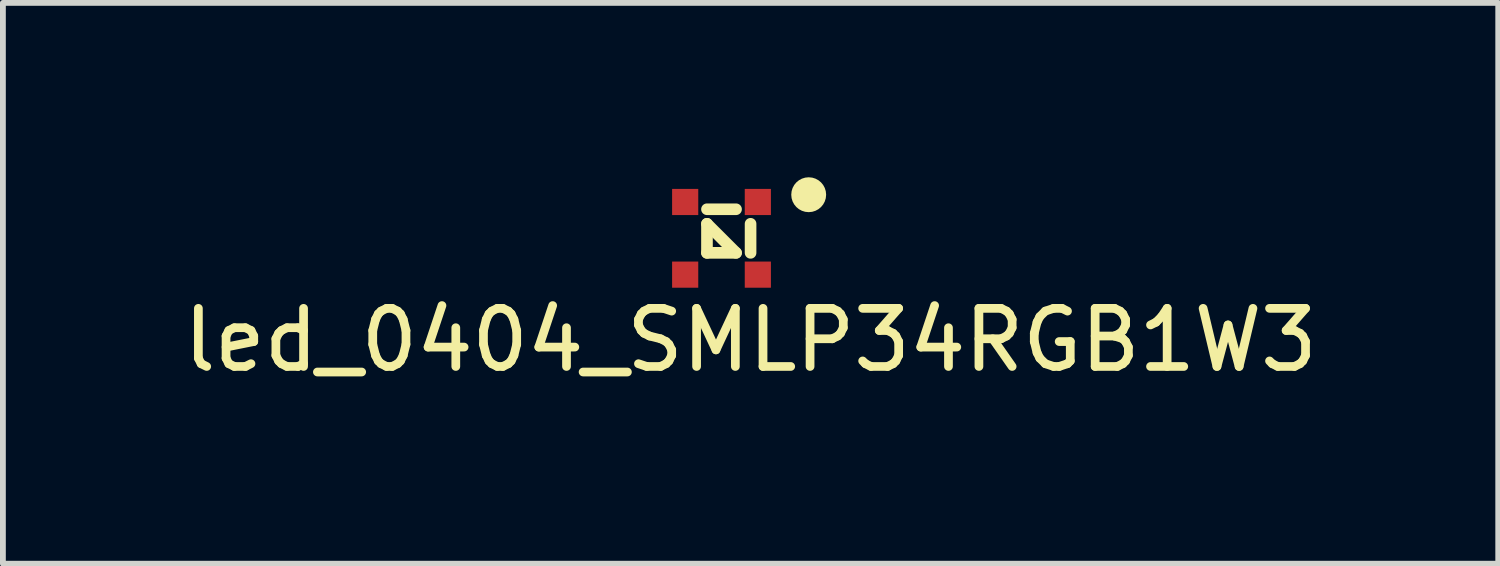
<source format=kicad_pcb>
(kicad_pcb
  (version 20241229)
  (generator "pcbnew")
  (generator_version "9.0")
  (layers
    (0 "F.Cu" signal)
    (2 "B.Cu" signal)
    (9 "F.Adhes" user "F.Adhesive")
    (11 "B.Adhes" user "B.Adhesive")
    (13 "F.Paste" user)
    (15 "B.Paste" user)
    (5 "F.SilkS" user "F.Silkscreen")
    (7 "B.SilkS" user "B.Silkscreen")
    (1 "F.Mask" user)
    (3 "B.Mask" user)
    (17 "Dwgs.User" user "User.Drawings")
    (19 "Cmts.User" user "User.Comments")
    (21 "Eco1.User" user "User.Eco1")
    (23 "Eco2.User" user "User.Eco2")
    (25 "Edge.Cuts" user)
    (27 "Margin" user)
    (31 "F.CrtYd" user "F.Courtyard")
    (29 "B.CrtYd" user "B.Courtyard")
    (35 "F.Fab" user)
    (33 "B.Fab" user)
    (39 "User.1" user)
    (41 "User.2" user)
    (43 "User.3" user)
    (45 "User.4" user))
  (footprint "led_0404_SMLP34RGB1W3"
    (layer "F.Cu")
    (at 9.363 1.05)
    (property "Reference" "led_0404_SMLP34RGB1W3" (at 0.5 1.75 0) (layer "F.SilkS") (effects (font (size 1 1) (thickness 0.15))))
    (attr through_hole)
    (fp_line (start -0.25 -0.25) (end -0.25 0.25) (stroke (width 0.2) (type solid)) (layer "F.SilkS"))
    (fp_line (start -0.25 0.25) (end 0.25 0.25) (stroke (width 0.2) (type solid)) (layer "F.SilkS"))
    (fp_line (start 0.25 -0.5) (end -0.25 -0.5) (stroke (width 0.2) (type solid)) (layer "F.SilkS"))
    (fp_line (start 0.25 0.25) (end -0.25 -0.25) (stroke (width 0.2) (type solid)) (layer "F.SilkS"))
    (fp_line (start 0.5 -0.25) (end 0.5 0.25) (stroke (width 0.2) (type solid)) (layer "F.SilkS"))
    (fp_circle (center 1.5 -0.75) (end 1.35 -0.75) (stroke (width 0.3) (type solid)) (fill no) (layer "F.SilkS"))
    (pad "1" smd rect (at 0.625 -0.625) (size 0.45 0.45) (layers "F.Cu" "F.Mask" "F.Paste"))
    (pad "2" smd rect (at 0.625 0.625) (size 0.45 0.45) (layers "F.Cu" "F.Mask" "F.Paste"))
    (pad "3" smd rect (at -0.625 0.625) (size 0.45 0.45) (layers "F.Cu" "F.Mask" "F.Paste"))
    (pad "4" smd rect (at -0.625 -0.625) (size 0.45 0.45) (layers "F.Cu" "F.Mask" "F.Paste")))
  (gr_rect
    (start -3 -3)
    (end 22.726 6.648)
    (stroke (width 0.1) (type default))
    (fill no)
    (layer "Edge.Cuts")))
</source>
